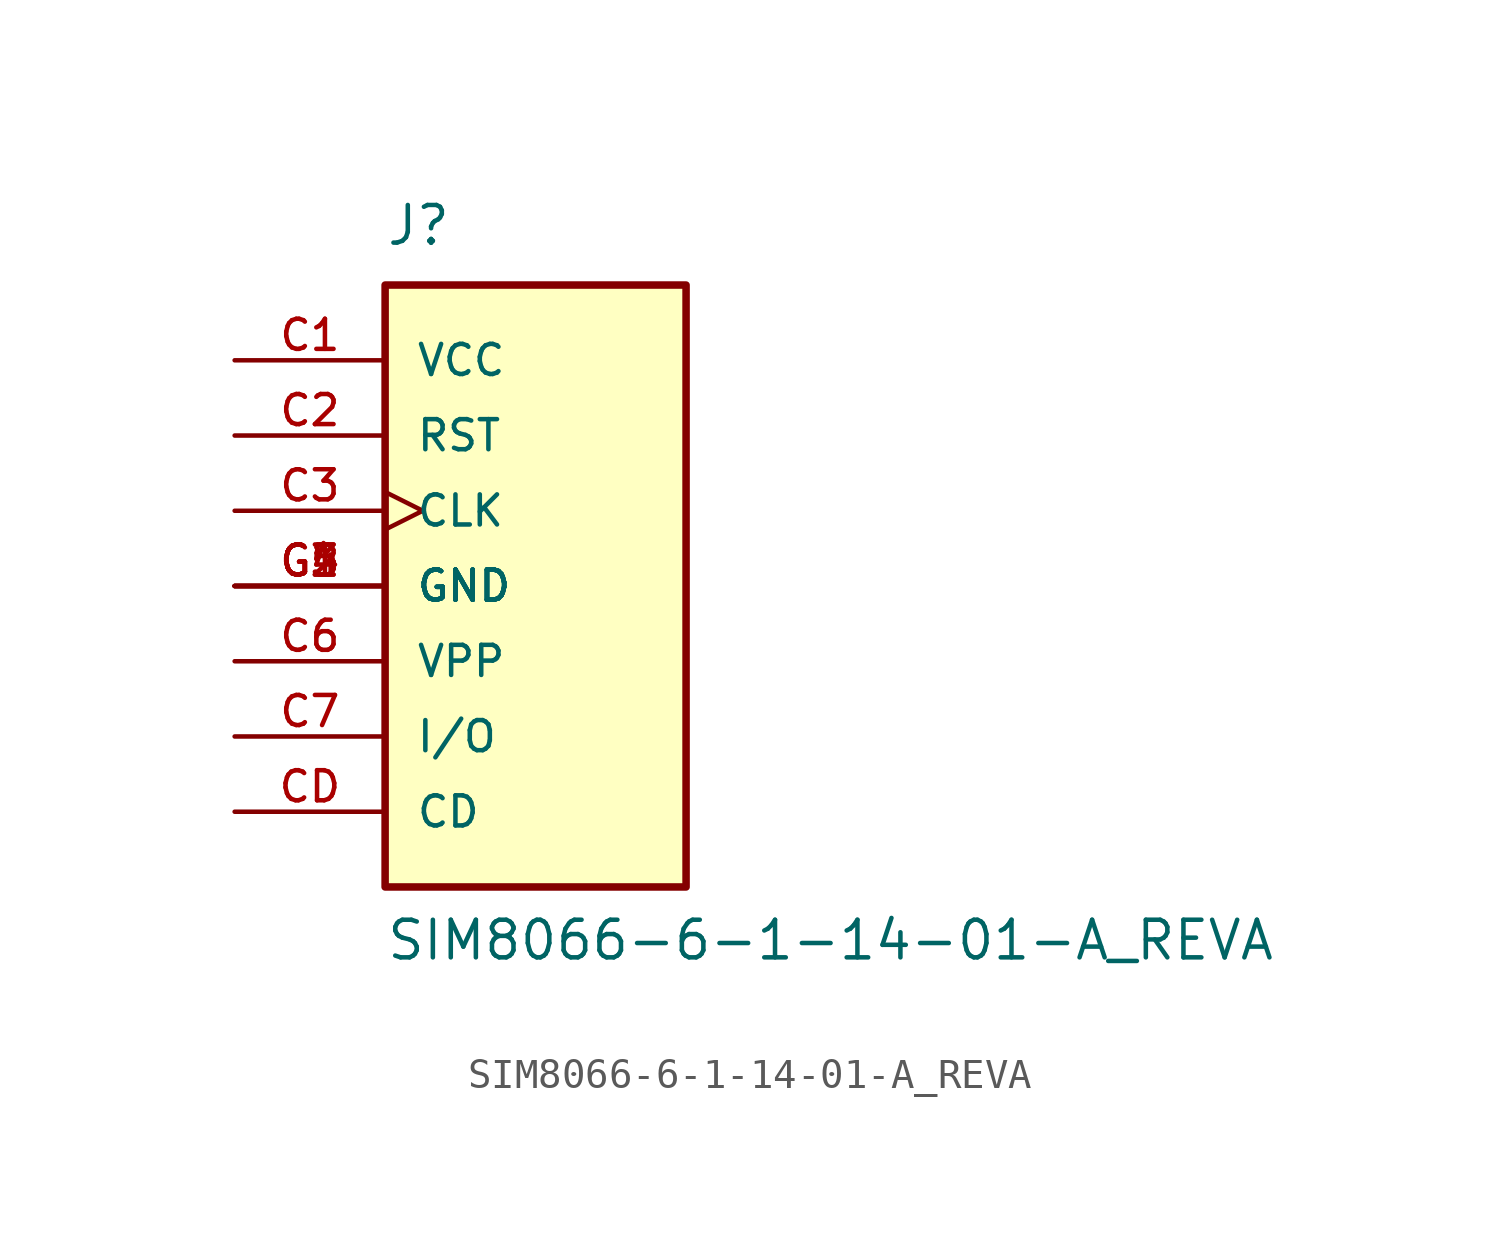
<source format=kicad_sym>
(kicad_symbol_lib
  (version 20211014)
  (generator kicad_symbol_editor)
  (symbol "SIM8066-6-1-14-01-A_REVA"
    (pin_names
      (offset 1.016))
    (property "Reference" "J"
      (at -5.08 11.43 0)
      (effects (font (size 1.27 1.27)) (justify bottom left)))
    (property "Value" "SIM8066-6-1-14-01-A_REVA"
      (at -5.08 -12.7 0)
      (effects (font (size 1.27 1.27)) (justify bottom left)))
    (symbol "SIM8066-6-1-14-01-A_REVA_0_0"
      (rectangle (start -5.08 -10.16) (end 5.08 10.16) (stroke (width 0.254)) (fill (type background)))
      (pin power_in line (at -10.16 7.62 0) (length 5.08) (name "VCC" (effects (font (size 1.016 1.016)))) (number "C1" (effects (font (size 1.016 1.016)))))
      (pin input line (at -10.16 5.08 0) (length 5.08) (name "RST" (effects (font (size 1.016 1.016)))) (number "C2" (effects (font (size 1.016 1.016)))))
      (pin input clock (at -10.16 2.54 0) (length 5.08) (name "CLK" (effects (font (size 1.016 1.016)))) (number "C3" (effects (font (size 1.016 1.016)))))
      (pin power_in line (at -10.16 0.0 0) (length 5.08) (name "GND" (effects (font (size 1.016 1.016)))) (number "C5" (effects (font (size 1.016 1.016)))))
      (pin power_in line (at -10.16 0.0 0) (length 5.08) (name "GND" (effects (font (size 1.016 1.016)))) (number "G1" (effects (font (size 1.016 1.016)))))
      (pin power_in line (at -10.16 0.0 0) (length 5.08) (name "GND" (effects (font (size 1.016 1.016)))) (number "G2" (effects (font (size 1.016 1.016)))))
      (pin power_in line (at -10.16 0.0 0) (length 5.08) (name "GND" (effects (font (size 1.016 1.016)))) (number "G3" (effects (font (size 1.016 1.016)))))
      (pin power_in line (at -10.16 0.0 0) (length 5.08) (name "GND" (effects (font (size 1.016 1.016)))) (number "G4" (effects (font (size 1.016 1.016)))))
      (pin power_in line (at -10.16 -2.54 0) (length 5.08) (name "VPP" (effects (font (size 1.016 1.016)))) (number "C6" (effects (font (size 1.016 1.016)))))
      (pin bidirectional line (at -10.16 -5.08 0) (length 5.08) (name "I/O" (effects (font (size 1.016 1.016)))) (number "C7" (effects (font (size 1.016 1.016)))))
      (pin bidirectional line (at -10.16 -7.62 0) (length 5.08) (name "CD" (effects (font (size 1.016 1.016)))) (number "CD" (effects (font (size 1.016 1.016))))))))
</source>
